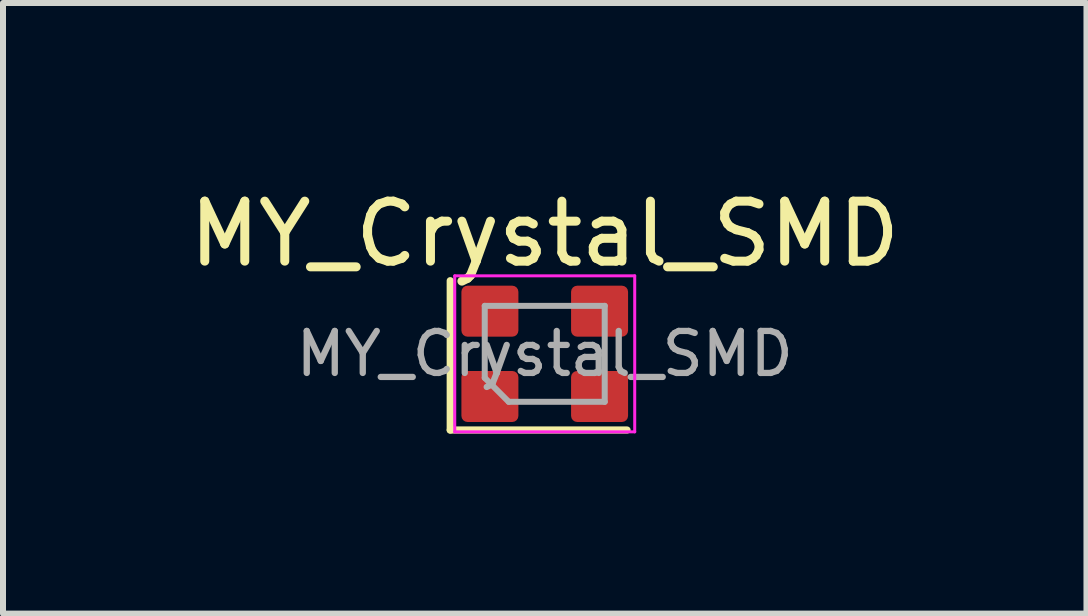
<source format=kicad_pcb>
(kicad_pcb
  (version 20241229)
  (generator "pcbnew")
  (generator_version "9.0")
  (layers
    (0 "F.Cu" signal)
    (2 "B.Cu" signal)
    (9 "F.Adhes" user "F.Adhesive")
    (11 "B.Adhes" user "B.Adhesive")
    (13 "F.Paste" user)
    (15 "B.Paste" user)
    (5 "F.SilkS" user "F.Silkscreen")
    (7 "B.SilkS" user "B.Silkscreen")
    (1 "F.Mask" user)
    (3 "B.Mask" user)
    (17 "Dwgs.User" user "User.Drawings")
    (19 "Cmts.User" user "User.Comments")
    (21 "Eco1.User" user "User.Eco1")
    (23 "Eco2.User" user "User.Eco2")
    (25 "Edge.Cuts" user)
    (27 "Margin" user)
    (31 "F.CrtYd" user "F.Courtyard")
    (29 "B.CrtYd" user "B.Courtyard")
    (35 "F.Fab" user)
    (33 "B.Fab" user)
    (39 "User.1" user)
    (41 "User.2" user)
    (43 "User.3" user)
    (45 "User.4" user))
  (footprint "MY_Crystal_SMD"
    (layer "F.Cu")
    (at 6.03 2.848)
    (property "Reference" "MY_Crystal_SMD" (at 0 -2 0) (layer "F.SilkS") (effects (font (size 1 1) (thickness 0.15))))
    (attr smd)
    (fp_line (start -1.575 -1.219) (end -1.575 1.27) (stroke (width 0.12) (type solid)) (layer "F.SilkS"))
    (fp_line (start -1.575 1.27) (end 1.372 1.27) (stroke (width 0.12) (type solid)) (layer "F.SilkS"))
    (fp_line (start -1.5 -1.3) (end -1.5 1.3) (stroke (width 0.05) (type solid)) (layer "F.CrtYd"))
    (fp_line (start -1.5 1.3) (end 1.5 1.3) (stroke (width 0.05) (type solid)) (layer "F.CrtYd"))
    (fp_line (start 1.5 -1.3) (end -1.5 -1.3) (stroke (width 0.05) (type solid)) (layer "F.CrtYd"))
    (fp_line (start 1.5 1.3) (end 1.5 -1.3) (stroke (width 0.05) (type solid)) (layer "F.CrtYd"))
    (fp_line (start -1 -0.8) (end 1 -0.8) (stroke (width 0.1) (type solid)) (layer "F.Fab"))
    (fp_line (start -1 0.4) (end -1 -0.8) (stroke (width 0.1) (type solid)) (layer "F.Fab"))
    (fp_line (start -1 0.4) (end -0.6 0.8) (stroke (width 0.1) (type solid)) (layer "F.Fab"))
    (fp_line (start 1 -0.8) (end 1 0.8) (stroke (width 0.1) (type solid)) (layer "F.Fab"))
    (fp_line (start 1 0.8) (end -0.6 0.8) (stroke (width 0.1) (type solid)) (layer "F.Fab"))
    (fp_text user "${REFERENCE}" (at 0 0 0) (layer "F.Fab") (effects (font (size 0.7 0.7) (thickness 0.105))))
    (pad "1" smd roundrect (at -0.914 0.711) (size 0.95 0.85) (layers "F.Cu" "F.Mask" "F.Paste") (roundrect_rratio 0.12))
    (pad "2" smd roundrect (at 0.914 0.711) (size 0.95 0.85) (layers "F.Cu" "F.Mask" "F.Paste") (roundrect_rratio 0.12))
    (pad "3" smd roundrect (at 0.914 -0.711) (size 0.95 0.85) (layers "F.Cu" "F.Mask" "F.Paste") (roundrect_rratio 0.12))
    (pad "4" smd roundrect (at -0.914 -0.711) (size 0.95 0.85) (layers "F.Cu" "F.Mask" "F.Paste") (roundrect_rratio 0.12)))
  (gr_rect
    (start -3 -3)
    (end 15.06 7.178)
    (stroke (width 0.1) (type default))
    (fill no)
    (layer "Edge.Cuts")))
</source>
